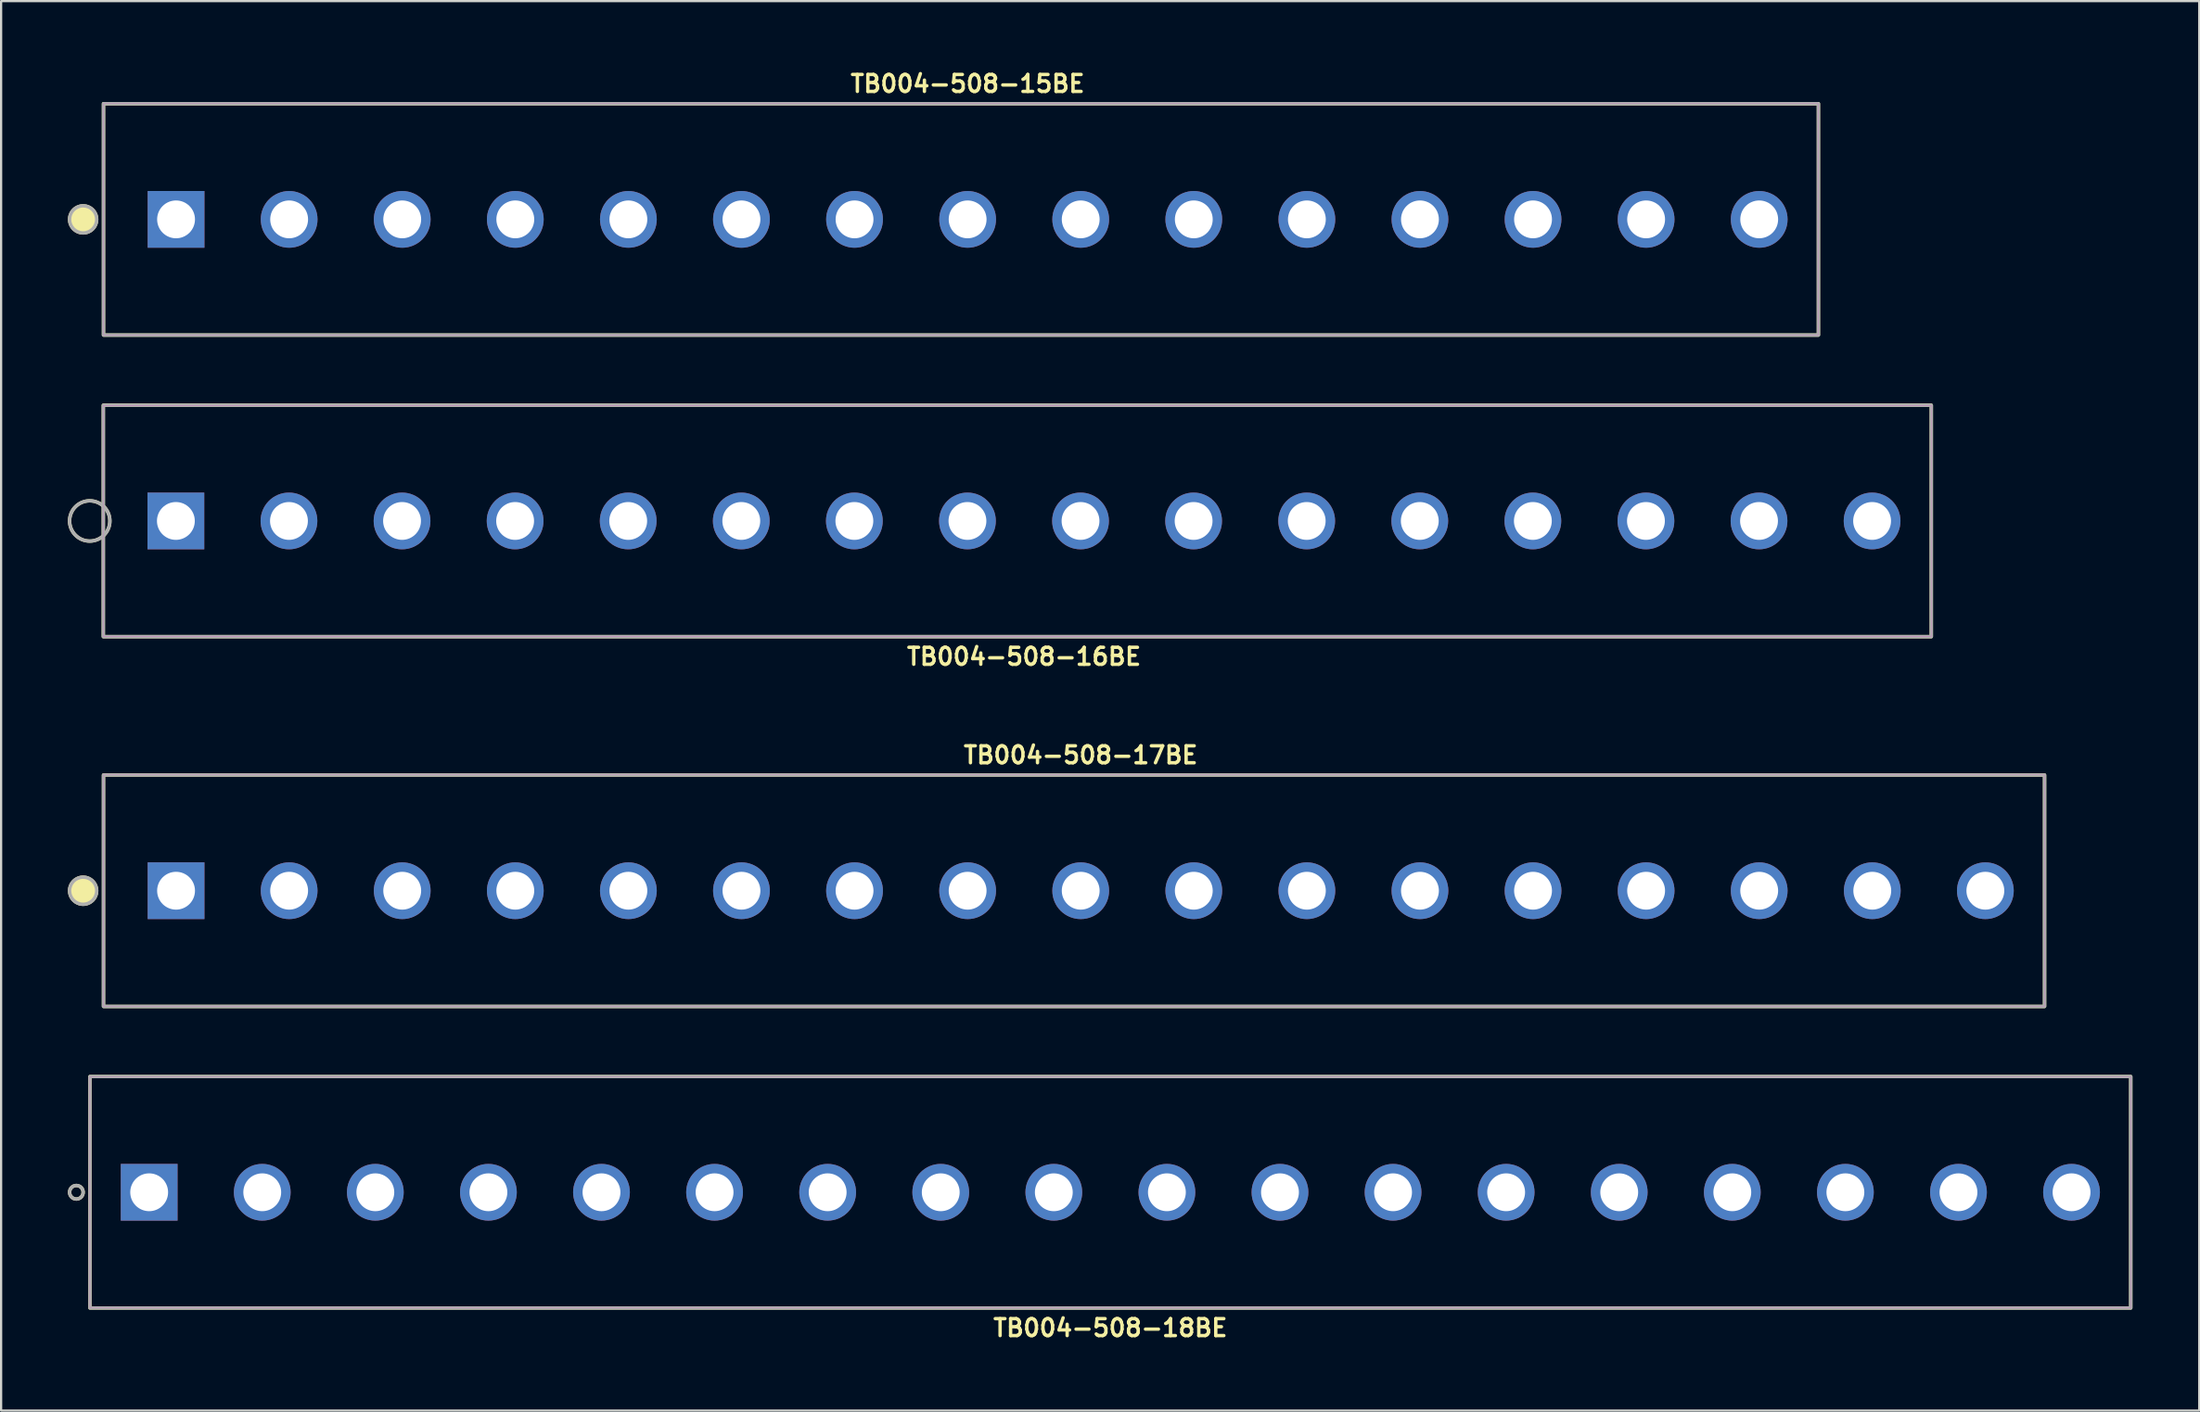
<source format=kicad_pcb>
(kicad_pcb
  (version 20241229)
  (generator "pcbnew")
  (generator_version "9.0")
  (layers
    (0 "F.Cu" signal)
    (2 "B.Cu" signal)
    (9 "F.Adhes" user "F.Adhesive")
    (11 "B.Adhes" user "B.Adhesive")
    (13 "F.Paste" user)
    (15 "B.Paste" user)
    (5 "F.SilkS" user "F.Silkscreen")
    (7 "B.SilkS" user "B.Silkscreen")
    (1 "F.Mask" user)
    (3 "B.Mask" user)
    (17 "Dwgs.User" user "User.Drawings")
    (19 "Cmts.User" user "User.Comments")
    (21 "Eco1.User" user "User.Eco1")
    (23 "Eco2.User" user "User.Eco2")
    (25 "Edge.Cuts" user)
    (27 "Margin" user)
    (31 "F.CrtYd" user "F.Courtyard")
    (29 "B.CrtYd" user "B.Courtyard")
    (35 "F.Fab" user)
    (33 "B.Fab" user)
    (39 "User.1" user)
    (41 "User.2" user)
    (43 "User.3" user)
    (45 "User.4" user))
  (footprint "TB004-508-18BE"
    (layer "F.Cu")
    (at 46.831 50.532)
    (property "Reference" "TB004-508-18BE" (at 0 6.096 0) (layer "F.SilkS") (effects (font (size 0.762 0.762) (thickness 0.152))))
    (attr through_hole)
    (fp_rect (start -45.84 -5.2) (end 45.84 5.2) (stroke (width 0.152) (type default)) (fill no) (layer "F.SilkS"))
    (fp_circle (center -46.45 0) (end -46.145 0) (stroke (width 0.152) (type solid)) (fill no) (layer "F.SilkS"))
    (fp_rect (start -45.84 -5.2) (end 45.84 5.2) (stroke (width 0.006) (type default)) (fill no) (layer "F.CrtYd"))
    (fp_rect (start -45.84 -5.2) (end 45.84 5.2) (stroke (width 0.152) (type default)) (fill no) (layer "F.Fab"))
    (fp_circle (center -46.45 0) (end -46.145 0) (stroke (width 0.152) (type solid)) (fill no) (layer "F.Fab"))
    (pad "1" thru_hole rect (at -43.18 0) (size 2.55 2.55) (drill 1.7) (layers "*.Cu" "*.Mask"))
    (pad "2" thru_hole circle (at -38.1 0) (size 2.55 2.55) (drill 1.7) (layers "*.Cu" "*.Mask"))
    (pad "3" thru_hole circle (at -33.02 0) (size 2.55 2.55) (drill 1.7) (layers "*.Cu" "*.Mask"))
    (pad "4" thru_hole circle (at -27.94 0) (size 2.55 2.55) (drill 1.7) (layers "*.Cu" "*.Mask"))
    (pad "5" thru_hole circle (at -22.86 0) (size 2.55 2.55) (drill 1.7) (layers "*.Cu" "*.Mask"))
    (pad "6" thru_hole circle (at -17.78 0) (size 2.55 2.55) (drill 1.7) (layers "*.Cu" "*.Mask"))
    (pad "7" thru_hole circle (at -12.7 0) (size 2.55 2.55) (drill 1.7) (layers "*.Cu" "*.Mask"))
    (pad "8" thru_hole circle (at -7.62 0) (size 2.55 2.55) (drill 1.7) (layers "*.Cu" "*.Mask"))
    (pad "9" thru_hole circle (at -2.54 0) (size 2.55 2.55) (drill 1.7) (layers "*.Cu" "*.Mask"))
    (pad "10" thru_hole circle (at 2.54 0) (size 2.55 2.55) (drill 1.7) (layers "*.Cu" "*.Mask"))
    (pad "11" thru_hole circle (at 7.62 0) (size 2.55 2.55) (drill 1.7) (layers "*.Cu" "*.Mask"))
    (pad "12" thru_hole circle (at 12.7 0) (size 2.55 2.55) (drill 1.7) (layers "*.Cu" "*.Mask"))
    (pad "13" thru_hole circle (at 17.78 0) (size 2.55 2.55) (drill 1.7) (layers "*.Cu" "*.Mask"))
    (pad "14" thru_hole circle (at 22.86 0) (size 2.55 2.55) (drill 1.7) (layers "*.Cu" "*.Mask"))
    (pad "15" thru_hole circle (at 27.94 0) (size 2.55 2.55) (drill 1.7) (layers "*.Cu" "*.Mask"))
    (pad "16" thru_hole circle (at 33.02 0) (size 2.55 2.55) (drill 1.7) (layers "*.Cu" "*.Mask"))
    (pad "17" thru_hole circle (at 38.1 0) (size 2.55 2.55) (drill 1.7) (layers "*.Cu" "*.Mask"))
    (pad "18" thru_hole circle (at 43.18 0) (size 2.55 2.55) (drill 1.7) (layers "*.Cu" "*.Mask")))
  (footprint "TB004-508-16BE"
    (layer "F.Cu")
    (at 42.951 20.362)
    (property "Reference" "TB004-508-16BE" (at 0 6.096 0) (layer "F.SilkS") (effects (font (size 0.762 0.762) (thickness 0.152))))
    (attr through_hole)
    (fp_rect (start -41.36 -5.2) (end 40.76 5.2) (stroke (width 0.152) (type default)) (fill no) (layer "F.SilkS"))
    (fp_circle (center -41.97 0) (end -41.065 0) (stroke (width 0.152) (type solid)) (fill no) (layer "F.SilkS"))
    (fp_rect (start -41.36 -5.2) (end 40.76 5.2) (stroke (width 0.006) (type default)) (fill no) (layer "F.CrtYd"))
    (fp_rect (start -41.36 -5.2) (end 40.76 5.2) (stroke (width 0.152) (type default)) (fill no) (layer "F.Fab"))
    (fp_circle (center -41.97 0) (end -41.065 0) (stroke (width 0.152) (type solid)) (fill no) (layer "F.Fab"))
    (pad "1" thru_hole rect (at -38.1 0) (size 2.55 2.55) (drill 1.7) (layers "*.Cu" "*.Mask"))
    (pad "2" thru_hole circle (at -33.02 0) (size 2.55 2.55) (drill 1.7) (layers "*.Cu" "*.Mask"))
    (pad "3" thru_hole circle (at -27.94 0) (size 2.55 2.55) (drill 1.7) (layers "*.Cu" "*.Mask"))
    (pad "4" thru_hole circle (at -22.86 0) (size 2.55 2.55) (drill 1.7) (layers "*.Cu" "*.Mask"))
    (pad "5" thru_hole circle (at -17.78 0) (size 2.55 2.55) (drill 1.7) (layers "*.Cu" "*.Mask"))
    (pad "6" thru_hole circle (at -12.7 0) (size 2.55 2.55) (drill 1.7) (layers "*.Cu" "*.Mask"))
    (pad "7" thru_hole circle (at -7.62 0) (size 2.55 2.55) (drill 1.7) (layers "*.Cu" "*.Mask"))
    (pad "8" thru_hole circle (at -2.54 0) (size 2.55 2.55) (drill 1.7) (layers "*.Cu" "*.Mask"))
    (pad "9" thru_hole circle (at 2.54 0) (size 2.55 2.55) (drill 1.7) (layers "*.Cu" "*.Mask"))
    (pad "10" thru_hole circle (at 7.62 0) (size 2.55 2.55) (drill 1.7) (layers "*.Cu" "*.Mask"))
    (pad "11" thru_hole circle (at 12.7 0) (size 2.55 2.55) (drill 1.7) (layers "*.Cu" "*.Mask"))
    (pad "12" thru_hole circle (at 17.78 0) (size 2.55 2.55) (drill 1.7) (layers "*.Cu" "*.Mask"))
    (pad "13" thru_hole circle (at 22.86 0) (size 2.55 2.55) (drill 1.7) (layers "*.Cu" "*.Mask"))
    (pad "14" thru_hole circle (at 27.94 0) (size 2.55 2.55) (drill 1.7) (layers "*.Cu" "*.Mask"))
    (pad "15" thru_hole circle (at 33.02 0) (size 2.55 2.55) (drill 1.7) (layers "*.Cu" "*.Mask"))
    (pad "16" thru_hole circle (at 38.1 0) (size 2.55 2.55) (drill 1.7) (layers "*.Cu" "*.Mask")))
  (footprint "TB004-508-17BE"
    (layer "F.Cu")
    (at 45.499 36.98)
    (property "Reference" "TB004-508-17BE" (at 0 -6.096 0) (layer "F.SilkS") (effects (font (size 0.762 0.762) (thickness 0.152))))
    (attr through_hole)
    (fp_rect (start -43.9 -5.2) (end 43.3 5.2) (stroke (width 0.152) (type default)) (fill no) (layer "F.SilkS"))
    (fp_circle (center -44.814 0) (end -44.205 0) (stroke (width 0.152) (type solid)) (fill yes) (layer "F.SilkS"))
    (fp_rect (start -43.9 -5.2) (end 43.3 5.2) (stroke (width 0.006) (type default)) (fill no) (layer "F.CrtYd"))
    (fp_rect (start -43.9 -5.2) (end 43.3 5.2) (stroke (width 0.152) (type default)) (fill no) (layer "F.Fab"))
    (fp_circle (center -44.814 0) (end -44.205 0) (stroke (width 0.152) (type solid)) (fill no) (layer "F.Fab"))
    (pad "1" thru_hole rect (at -40.64 0) (size 2.55 2.55) (drill 1.7) (layers "*.Cu" "*.Mask"))
    (pad "2" thru_hole circle (at -35.56 0) (size 2.55 2.55) (drill 1.7) (layers "*.Cu" "*.Mask"))
    (pad "3" thru_hole circle (at -30.48 0) (size 2.55 2.55) (drill 1.7) (layers "*.Cu" "*.Mask"))
    (pad "4" thru_hole circle (at -25.4 0) (size 2.55 2.55) (drill 1.7) (layers "*.Cu" "*.Mask"))
    (pad "5" thru_hole circle (at -20.32 0) (size 2.55 2.55) (drill 1.7) (layers "*.Cu" "*.Mask"))
    (pad "6" thru_hole circle (at -15.24 0) (size 2.55 2.55) (drill 1.7) (layers "*.Cu" "*.Mask"))
    (pad "7" thru_hole circle (at -10.16 0) (size 2.55 2.55) (drill 1.7) (layers "*.Cu" "*.Mask"))
    (pad "8" thru_hole circle (at -5.08 0) (size 2.55 2.55) (drill 1.7) (layers "*.Cu" "*.Mask"))
    (pad "9" thru_hole circle (at 0 0) (size 2.55 2.55) (drill 1.7) (layers "*.Cu" "*.Mask"))
    (pad "10" thru_hole circle (at 5.08 0) (size 2.55 2.55) (drill 1.7) (layers "*.Cu" "*.Mask"))
    (pad "11" thru_hole circle (at 10.16 0) (size 2.55 2.55) (drill 1.7) (layers "*.Cu" "*.Mask"))
    (pad "12" thru_hole circle (at 15.24 0) (size 2.55 2.55) (drill 1.7) (layers "*.Cu" "*.Mask"))
    (pad "13" thru_hole circle (at 20.32 0) (size 2.55 2.55) (drill 1.7) (layers "*.Cu" "*.Mask"))
    (pad "14" thru_hole circle (at 25.4 0) (size 2.55 2.55) (drill 1.7) (layers "*.Cu" "*.Mask"))
    (pad "15" thru_hole circle (at 30.48 0) (size 2.55 2.55) (drill 1.7) (layers "*.Cu" "*.Mask"))
    (pad "16" thru_hole circle (at 35.56 0) (size 2.55 2.55) (drill 1.7) (layers "*.Cu" "*.Mask"))
    (pad "17" thru_hole circle (at 40.64 0) (size 2.55 2.55) (drill 1.7) (layers "*.Cu" "*.Mask")))
  (footprint "TB004-508-15BE"
    (layer "F.Cu")
    (at 40.419 6.809)
    (property "Reference" "TB004-508-15BE" (at 0 -6.096 0) (layer "F.SilkS") (effects (font (size 0.762 0.762) (thickness 0.152))))
    (attr through_hole)
    (fp_rect (start -38.82 -5.2) (end 38.22 5.2) (stroke (width 0.152) (type default)) (fill no) (layer "F.SilkS"))
    (fp_circle (center -39.734 0) (end -39.125 0) (stroke (width 0.152) (type solid)) (fill yes) (layer "F.SilkS"))
    (fp_rect (start -38.82 -5.2) (end 38.22 5.2) (stroke (width 0.006) (type default)) (fill no) (layer "F.CrtYd"))
    (fp_rect (start -38.82 -5.2) (end 38.22 5.2) (stroke (width 0.152) (type default)) (fill no) (layer "F.Fab"))
    (fp_circle (center -39.734 0) (end -39.125 0) (stroke (width 0.152) (type solid)) (fill no) (layer "F.Fab"))
    (pad "1" thru_hole rect (at -35.56 0) (size 2.55 2.55) (drill 1.7) (layers "*.Cu" "*.Mask"))
    (pad "2" thru_hole circle (at -30.48 0) (size 2.55 2.55) (drill 1.7) (layers "*.Cu" "*.Mask"))
    (pad "3" thru_hole circle (at -25.4 0) (size 2.55 2.55) (drill 1.7) (layers "*.Cu" "*.Mask"))
    (pad "4" thru_hole circle (at -20.32 0) (size 2.55 2.55) (drill 1.7) (layers "*.Cu" "*.Mask"))
    (pad "5" thru_hole circle (at -15.24 0) (size 2.55 2.55) (drill 1.7) (layers "*.Cu" "*.Mask"))
    (pad "6" thru_hole circle (at -10.16 0) (size 2.55 2.55) (drill 1.7) (layers "*.Cu" "*.Mask"))
    (pad "7" thru_hole circle (at -5.08 0) (size 2.55 2.55) (drill 1.7) (layers "*.Cu" "*.Mask"))
    (pad "8" thru_hole circle (at 0 0) (size 2.55 2.55) (drill 1.7) (layers "*.Cu" "*.Mask"))
    (pad "9" thru_hole circle (at 5.08 0) (size 2.55 2.55) (drill 1.7) (layers "*.Cu" "*.Mask"))
    (pad "10" thru_hole circle (at 10.16 0) (size 2.55 2.55) (drill 1.7) (layers "*.Cu" "*.Mask"))
    (pad "11" thru_hole circle (at 15.24 0) (size 2.55 2.55) (drill 1.7) (layers "*.Cu" "*.Mask"))
    (pad "12" thru_hole circle (at 20.32 0) (size 2.55 2.55) (drill 1.7) (layers "*.Cu" "*.Mask"))
    (pad "13" thru_hole circle (at 25.4 0) (size 2.55 2.55) (drill 1.7) (layers "*.Cu" "*.Mask"))
    (pad "14" thru_hole circle (at 30.48 0) (size 2.55 2.55) (drill 1.7) (layers "*.Cu" "*.Mask"))
    (pad "15" thru_hole circle (at 35.56 0) (size 2.55 2.55) (drill 1.7) (layers "*.Cu" "*.Mask")))
  (gr_rect
    (start -3 -3)
    (end 95.747 60.342)
    (stroke (width 0.1) (type default))
    (fill no)
    (layer "Edge.Cuts")))
</source>
